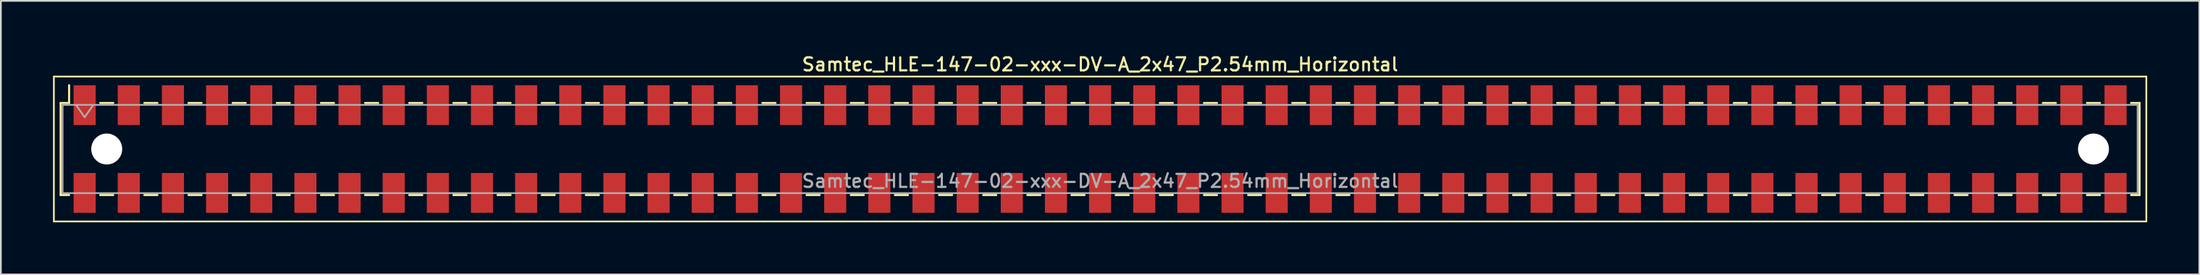
<source format=kicad_pcb>
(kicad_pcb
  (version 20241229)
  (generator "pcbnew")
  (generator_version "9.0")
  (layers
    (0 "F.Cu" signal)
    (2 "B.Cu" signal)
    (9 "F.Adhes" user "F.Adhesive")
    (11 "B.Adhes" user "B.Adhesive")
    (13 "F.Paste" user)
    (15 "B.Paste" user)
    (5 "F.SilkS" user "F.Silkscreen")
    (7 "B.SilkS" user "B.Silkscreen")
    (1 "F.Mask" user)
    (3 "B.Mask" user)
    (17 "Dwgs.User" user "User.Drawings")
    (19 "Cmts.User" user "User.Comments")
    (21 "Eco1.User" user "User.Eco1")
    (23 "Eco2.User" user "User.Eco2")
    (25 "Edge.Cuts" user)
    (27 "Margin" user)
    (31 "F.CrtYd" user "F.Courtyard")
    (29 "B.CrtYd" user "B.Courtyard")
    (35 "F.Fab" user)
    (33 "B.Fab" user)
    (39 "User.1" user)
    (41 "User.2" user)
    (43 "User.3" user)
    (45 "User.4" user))
  (footprint "Samtec_HLE-147-02-xxx-DV-A_2x47_P2.54mm_Horizontal"
    (layer "F.Cu")
    (at 60.24 5.528)
    (property "Reference" "Samtec_HLE-147-02-xxx-DV-A_2x47_P2.54mm_Horizontal" (at 0 -4.87 0) (layer "F.SilkS") (effects (font (size 0.75 0.75) (thickness 0.125))))
    (attr smd)
    (fp_line (start -60.19 -4.17) (end 60.19 -4.17) (stroke (width 0.1) (type solid)) (layer "F.SilkS"))
    (fp_line (start -60.19 4.17) (end -60.19 -4.17) (stroke (width 0.1) (type solid)) (layer "F.SilkS"))
    (fp_line (start -59.8 -2.65) (end -59.8 2.65) (stroke (width 0.12) (type solid)) (layer "F.SilkS"))
    (fp_line (start -59.8 2.65) (end -59.315 2.65) (stroke (width 0.12) (type solid)) (layer "F.SilkS"))
    (fp_line (start -59.315 -3.67) (end -59.315 -2.65) (stroke (width 0.12) (type solid)) (layer "F.SilkS"))
    (fp_line (start -59.315 -2.65) (end -59.8 -2.65) (stroke (width 0.12) (type solid)) (layer "F.SilkS"))
    (fp_line (start -57.525 -2.65) (end -56.775 -2.65) (stroke (width 0.12) (type solid)) (layer "F.SilkS"))
    (fp_line (start -57.525 2.65) (end -56.775 2.65) (stroke (width 0.12) (type solid)) (layer "F.SilkS"))
    (fp_line (start -54.985 -2.65) (end -54.235 -2.65) (stroke (width 0.12) (type solid)) (layer "F.SilkS"))
    (fp_line (start -54.985 2.65) (end -54.235 2.65) (stroke (width 0.12) (type solid)) (layer "F.SilkS"))
    (fp_line (start -52.445 -2.65) (end -51.695 -2.65) (stroke (width 0.12) (type solid)) (layer "F.SilkS"))
    (fp_line (start -52.445 2.65) (end -51.695 2.65) (stroke (width 0.12) (type solid)) (layer "F.SilkS"))
    (fp_line (start -49.905 -2.65) (end -49.155 -2.65) (stroke (width 0.12) (type solid)) (layer "F.SilkS"))
    (fp_line (start -49.905 2.65) (end -49.155 2.65) (stroke (width 0.12) (type solid)) (layer "F.SilkS"))
    (fp_line (start -47.365 -2.65) (end -46.615 -2.65) (stroke (width 0.12) (type solid)) (layer "F.SilkS"))
    (fp_line (start -47.365 2.65) (end -46.615 2.65) (stroke (width 0.12) (type solid)) (layer "F.SilkS"))
    (fp_line (start -44.825 -2.65) (end -44.075 -2.65) (stroke (width 0.12) (type solid)) (layer "F.SilkS"))
    (fp_line (start -44.825 2.65) (end -44.075 2.65) (stroke (width 0.12) (type solid)) (layer "F.SilkS"))
    (fp_line (start -42.285 -2.65) (end -41.535 -2.65) (stroke (width 0.12) (type solid)) (layer "F.SilkS"))
    (fp_line (start -42.285 2.65) (end -41.535 2.65) (stroke (width 0.12) (type solid)) (layer "F.SilkS"))
    (fp_line (start -39.745 -2.65) (end -38.995 -2.65) (stroke (width 0.12) (type solid)) (layer "F.SilkS"))
    (fp_line (start -39.745 2.65) (end -38.995 2.65) (stroke (width 0.12) (type solid)) (layer "F.SilkS"))
    (fp_line (start -37.205 -2.65) (end -36.455 -2.65) (stroke (width 0.12) (type solid)) (layer "F.SilkS"))
    (fp_line (start -37.205 2.65) (end -36.455 2.65) (stroke (width 0.12) (type solid)) (layer "F.SilkS"))
    (fp_line (start -34.665 -2.65) (end -33.915 -2.65) (stroke (width 0.12) (type solid)) (layer "F.SilkS"))
    (fp_line (start -34.665 2.65) (end -33.915 2.65) (stroke (width 0.12) (type solid)) (layer "F.SilkS"))
    (fp_line (start -32.125 -2.65) (end -31.375 -2.65) (stroke (width 0.12) (type solid)) (layer "F.SilkS"))
    (fp_line (start -32.125 2.65) (end -31.375 2.65) (stroke (width 0.12) (type solid)) (layer "F.SilkS"))
    (fp_line (start -29.585 -2.65) (end -28.835 -2.65) (stroke (width 0.12) (type solid)) (layer "F.SilkS"))
    (fp_line (start -29.585 2.65) (end -28.835 2.65) (stroke (width 0.12) (type solid)) (layer "F.SilkS"))
    (fp_line (start -27.045 -2.65) (end -26.295 -2.65) (stroke (width 0.12) (type solid)) (layer "F.SilkS"))
    (fp_line (start -27.045 2.65) (end -26.295 2.65) (stroke (width 0.12) (type solid)) (layer "F.SilkS"))
    (fp_line (start -24.505 -2.65) (end -23.755 -2.65) (stroke (width 0.12) (type solid)) (layer "F.SilkS"))
    (fp_line (start -24.505 2.65) (end -23.755 2.65) (stroke (width 0.12) (type solid)) (layer "F.SilkS"))
    (fp_line (start -21.965 -2.65) (end -21.215 -2.65) (stroke (width 0.12) (type solid)) (layer "F.SilkS"))
    (fp_line (start -21.965 2.65) (end -21.215 2.65) (stroke (width 0.12) (type solid)) (layer "F.SilkS"))
    (fp_line (start -19.425 -2.65) (end -18.675 -2.65) (stroke (width 0.12) (type solid)) (layer "F.SilkS"))
    (fp_line (start -19.425 2.65) (end -18.675 2.65) (stroke (width 0.12) (type solid)) (layer "F.SilkS"))
    (fp_line (start -16.885 -2.65) (end -16.135 -2.65) (stroke (width 0.12) (type solid)) (layer "F.SilkS"))
    (fp_line (start -16.885 2.65) (end -16.135 2.65) (stroke (width 0.12) (type solid)) (layer "F.SilkS"))
    (fp_line (start -14.345 -2.65) (end -13.595 -2.65) (stroke (width 0.12) (type solid)) (layer "F.SilkS"))
    (fp_line (start -14.345 2.65) (end -13.595 2.65) (stroke (width 0.12) (type solid)) (layer "F.SilkS"))
    (fp_line (start -11.805 -2.65) (end -11.055 -2.65) (stroke (width 0.12) (type solid)) (layer "F.SilkS"))
    (fp_line (start -11.805 2.65) (end -11.055 2.65) (stroke (width 0.12) (type solid)) (layer "F.SilkS"))
    (fp_line (start -9.265 -2.65) (end -8.515 -2.65) (stroke (width 0.12) (type solid)) (layer "F.SilkS"))
    (fp_line (start -9.265 2.65) (end -8.515 2.65) (stroke (width 0.12) (type solid)) (layer "F.SilkS"))
    (fp_line (start -6.725 -2.65) (end -5.975 -2.65) (stroke (width 0.12) (type solid)) (layer "F.SilkS"))
    (fp_line (start -6.725 2.65) (end -5.975 2.65) (stroke (width 0.12) (type solid)) (layer "F.SilkS"))
    (fp_line (start -4.185 -2.65) (end -3.435 -2.65) (stroke (width 0.12) (type solid)) (layer "F.SilkS"))
    (fp_line (start -4.185 2.65) (end -3.435 2.65) (stroke (width 0.12) (type solid)) (layer "F.SilkS"))
    (fp_line (start -1.645 -2.65) (end -0.895 -2.65) (stroke (width 0.12) (type solid)) (layer "F.SilkS"))
    (fp_line (start -1.645 2.65) (end -0.895 2.65) (stroke (width 0.12) (type solid)) (layer "F.SilkS"))
    (fp_line (start 0.895 -2.65) (end 1.645 -2.65) (stroke (width 0.12) (type solid)) (layer "F.SilkS"))
    (fp_line (start 0.895 2.65) (end 1.645 2.65) (stroke (width 0.12) (type solid)) (layer "F.SilkS"))
    (fp_line (start 3.435 -2.65) (end 4.185 -2.65) (stroke (width 0.12) (type solid)) (layer "F.SilkS"))
    (fp_line (start 3.435 2.65) (end 4.185 2.65) (stroke (width 0.12) (type solid)) (layer "F.SilkS"))
    (fp_line (start 5.975 -2.65) (end 6.725 -2.65) (stroke (width 0.12) (type solid)) (layer "F.SilkS"))
    (fp_line (start 5.975 2.65) (end 6.725 2.65) (stroke (width 0.12) (type solid)) (layer "F.SilkS"))
    (fp_line (start 8.515 -2.65) (end 9.265 -2.65) (stroke (width 0.12) (type solid)) (layer "F.SilkS"))
    (fp_line (start 8.515 2.65) (end 9.265 2.65) (stroke (width 0.12) (type solid)) (layer "F.SilkS"))
    (fp_line (start 11.055 -2.65) (end 11.805 -2.65) (stroke (width 0.12) (type solid)) (layer "F.SilkS"))
    (fp_line (start 11.055 2.65) (end 11.805 2.65) (stroke (width 0.12) (type solid)) (layer "F.SilkS"))
    (fp_line (start 13.595 -2.65) (end 14.345 -2.65) (stroke (width 0.12) (type solid)) (layer "F.SilkS"))
    (fp_line (start 13.595 2.65) (end 14.345 2.65) (stroke (width 0.12) (type solid)) (layer "F.SilkS"))
    (fp_line (start 16.135 -2.65) (end 16.885 -2.65) (stroke (width 0.12) (type solid)) (layer "F.SilkS"))
    (fp_line (start 16.135 2.65) (end 16.885 2.65) (stroke (width 0.12) (type solid)) (layer "F.SilkS"))
    (fp_line (start 18.675 -2.65) (end 19.425 -2.65) (stroke (width 0.12) (type solid)) (layer "F.SilkS"))
    (fp_line (start 18.675 2.65) (end 19.425 2.65) (stroke (width 0.12) (type solid)) (layer "F.SilkS"))
    (fp_line (start 21.215 -2.65) (end 21.965 -2.65) (stroke (width 0.12) (type solid)) (layer "F.SilkS"))
    (fp_line (start 21.215 2.65) (end 21.965 2.65) (stroke (width 0.12) (type solid)) (layer "F.SilkS"))
    (fp_line (start 23.755 -2.65) (end 24.505 -2.65) (stroke (width 0.12) (type solid)) (layer "F.SilkS"))
    (fp_line (start 23.755 2.65) (end 24.505 2.65) (stroke (width 0.12) (type solid)) (layer "F.SilkS"))
    (fp_line (start 26.295 -2.65) (end 27.045 -2.65) (stroke (width 0.12) (type solid)) (layer "F.SilkS"))
    (fp_line (start 26.295 2.65) (end 27.045 2.65) (stroke (width 0.12) (type solid)) (layer "F.SilkS"))
    (fp_line (start 28.835 -2.65) (end 29.585 -2.65) (stroke (width 0.12) (type solid)) (layer "F.SilkS"))
    (fp_line (start 28.835 2.65) (end 29.585 2.65) (stroke (width 0.12) (type solid)) (layer "F.SilkS"))
    (fp_line (start 31.375 -2.65) (end 32.125 -2.65) (stroke (width 0.12) (type solid)) (layer "F.SilkS"))
    (fp_line (start 31.375 2.65) (end 32.125 2.65) (stroke (width 0.12) (type solid)) (layer "F.SilkS"))
    (fp_line (start 33.915 -2.65) (end 34.665 -2.65) (stroke (width 0.12) (type solid)) (layer "F.SilkS"))
    (fp_line (start 33.915 2.65) (end 34.665 2.65) (stroke (width 0.12) (type solid)) (layer "F.SilkS"))
    (fp_line (start 36.455 -2.65) (end 37.205 -2.65) (stroke (width 0.12) (type solid)) (layer "F.SilkS"))
    (fp_line (start 36.455 2.65) (end 37.205 2.65) (stroke (width 0.12) (type solid)) (layer "F.SilkS"))
    (fp_line (start 38.995 -2.65) (end 39.745 -2.65) (stroke (width 0.12) (type solid)) (layer "F.SilkS"))
    (fp_line (start 38.995 2.65) (end 39.745 2.65) (stroke (width 0.12) (type solid)) (layer "F.SilkS"))
    (fp_line (start 41.535 -2.65) (end 42.285 -2.65) (stroke (width 0.12) (type solid)) (layer "F.SilkS"))
    (fp_line (start 41.535 2.65) (end 42.285 2.65) (stroke (width 0.12) (type solid)) (layer "F.SilkS"))
    (fp_line (start 44.075 -2.65) (end 44.825 -2.65) (stroke (width 0.12) (type solid)) (layer "F.SilkS"))
    (fp_line (start 44.075 2.65) (end 44.825 2.65) (stroke (width 0.12) (type solid)) (layer "F.SilkS"))
    (fp_line (start 46.615 -2.65) (end 47.365 -2.65) (stroke (width 0.12) (type solid)) (layer "F.SilkS"))
    (fp_line (start 46.615 2.65) (end 47.365 2.65) (stroke (width 0.12) (type solid)) (layer "F.SilkS"))
    (fp_line (start 49.155 -2.65) (end 49.905 -2.65) (stroke (width 0.12) (type solid)) (layer "F.SilkS"))
    (fp_line (start 49.155 2.65) (end 49.905 2.65) (stroke (width 0.12) (type solid)) (layer "F.SilkS"))
    (fp_line (start 51.695 -2.65) (end 52.445 -2.65) (stroke (width 0.12) (type solid)) (layer "F.SilkS"))
    (fp_line (start 51.695 2.65) (end 52.445 2.65) (stroke (width 0.12) (type solid)) (layer "F.SilkS"))
    (fp_line (start 54.235 -2.65) (end 54.985 -2.65) (stroke (width 0.12) (type solid)) (layer "F.SilkS"))
    (fp_line (start 54.235 2.65) (end 54.985 2.65) (stroke (width 0.12) (type solid)) (layer "F.SilkS"))
    (fp_line (start 56.775 -2.65) (end 57.525 -2.65) (stroke (width 0.12) (type solid)) (layer "F.SilkS"))
    (fp_line (start 56.775 2.65) (end 57.525 2.65) (stroke (width 0.12) (type solid)) (layer "F.SilkS"))
    (fp_line (start 59.315 -2.65) (end 59.8 -2.65) (stroke (width 0.12) (type solid)) (layer "F.SilkS"))
    (fp_line (start 59.8 -2.65) (end 59.8 2.65) (stroke (width 0.12) (type solid)) (layer "F.SilkS"))
    (fp_line (start 59.8 2.65) (end 59.315 2.65) (stroke (width 0.12) (type solid)) (layer "F.SilkS"))
    (fp_line (start 60.19 -4.17) (end 60.19 4.17) (stroke (width 0.1) (type solid)) (layer "F.SilkS"))
    (fp_line (start 60.19 4.17) (end -60.19 4.17) (stroke (width 0.1) (type solid)) (layer "F.SilkS"))
    (fp_line (start -59.69 -2.54) (end 59.69 -2.54) (stroke (width 0.1) (type solid)) (layer "F.Fab"))
    (fp_line (start -59.69 2.54) (end -59.69 -2.54) (stroke (width 0.1) (type solid)) (layer "F.Fab"))
    (fp_line (start -58.92 -2.54) (end -58.42 -1.833) (stroke (width 0.1) (type solid)) (layer "F.Fab"))
    (fp_line (start -58.42 -1.833) (end -57.92 -2.54) (stroke (width 0.1) (type solid)) (layer "F.Fab"))
    (fp_line (start 59.69 -2.54) (end 59.69 2.54) (stroke (width 0.1) (type solid)) (layer "F.Fab"))
    (fp_line (start 59.69 2.54) (end -59.69 2.54) (stroke (width 0.1) (type solid)) (layer "F.Fab"))
    (fp_text user "${REFERENCE}" (at 0 1.84 0) (layer "F.Fab") (effects (font (size 0.75 0.75) (thickness 0.125))))
    (pad "" np_thru_hole circle (at -57.15 0) (size 1.78 1.78) (drill 1.78) (layers "*.Cu" "*.Mask"))
    (pad "" np_thru_hole circle (at 57.15 0) (size 1.78 1.78) (drill 1.78) (layers "*.Cu" "*.Mask"))
    (pad "1" smd rect (at -58.42 -2.525) (size 1.27 2.29) (layers "F.Cu" "F.Mask" "F.Paste"))
    (pad "2" smd rect (at -58.42 2.525) (size 1.27 2.29) (layers "F.Cu" "F.Mask" "F.Paste"))
    (pad "3" smd rect (at -55.88 -2.525) (size 1.27 2.29) (layers "F.Cu" "F.Mask" "F.Paste"))
    (pad "4" smd rect (at -55.88 2.525) (size 1.27 2.29) (layers "F.Cu" "F.Mask" "F.Paste"))
    (pad "5" smd rect (at -53.34 -2.525) (size 1.27 2.29) (layers "F.Cu" "F.Mask" "F.Paste"))
    (pad "6" smd rect (at -53.34 2.525) (size 1.27 2.29) (layers "F.Cu" "F.Mask" "F.Paste"))
    (pad "7" smd rect (at -50.8 -2.525) (size 1.27 2.29) (layers "F.Cu" "F.Mask" "F.Paste"))
    (pad "8" smd rect (at -50.8 2.525) (size 1.27 2.29) (layers "F.Cu" "F.Mask" "F.Paste"))
    (pad "9" smd rect (at -48.26 -2.525) (size 1.27 2.29) (layers "F.Cu" "F.Mask" "F.Paste"))
    (pad "10" smd rect (at -48.26 2.525) (size 1.27 2.29) (layers "F.Cu" "F.Mask" "F.Paste"))
    (pad "11" smd rect (at -45.72 -2.525) (size 1.27 2.29) (layers "F.Cu" "F.Mask" "F.Paste"))
    (pad "12" smd rect (at -45.72 2.525) (size 1.27 2.29) (layers "F.Cu" "F.Mask" "F.Paste"))
    (pad "13" smd rect (at -43.18 -2.525) (size 1.27 2.29) (layers "F.Cu" "F.Mask" "F.Paste"))
    (pad "14" smd rect (at -43.18 2.525) (size 1.27 2.29) (layers "F.Cu" "F.Mask" "F.Paste"))
    (pad "15" smd rect (at -40.64 -2.525) (size 1.27 2.29) (layers "F.Cu" "F.Mask" "F.Paste"))
    (pad "16" smd rect (at -40.64 2.525) (size 1.27 2.29) (layers "F.Cu" "F.Mask" "F.Paste"))
    (pad "17" smd rect (at -38.1 -2.525) (size 1.27 2.29) (layers "F.Cu" "F.Mask" "F.Paste"))
    (pad "18" smd rect (at -38.1 2.525) (size 1.27 2.29) (layers "F.Cu" "F.Mask" "F.Paste"))
    (pad "19" smd rect (at -35.56 -2.525) (size 1.27 2.29) (layers "F.Cu" "F.Mask" "F.Paste"))
    (pad "20" smd rect (at -35.56 2.525) (size 1.27 2.29) (layers "F.Cu" "F.Mask" "F.Paste"))
    (pad "21" smd rect (at -33.02 -2.525) (size 1.27 2.29) (layers "F.Cu" "F.Mask" "F.Paste"))
    (pad "22" smd rect (at -33.02 2.525) (size 1.27 2.29) (layers "F.Cu" "F.Mask" "F.Paste"))
    (pad "23" smd rect (at -30.48 -2.525) (size 1.27 2.29) (layers "F.Cu" "F.Mask" "F.Paste"))
    (pad "24" smd rect (at -30.48 2.525) (size 1.27 2.29) (layers "F.Cu" "F.Mask" "F.Paste"))
    (pad "25" smd rect (at -27.94 -2.525) (size 1.27 2.29) (layers "F.Cu" "F.Mask" "F.Paste"))
    (pad "26" smd rect (at -27.94 2.525) (size 1.27 2.29) (layers "F.Cu" "F.Mask" "F.Paste"))
    (pad "27" smd rect (at -25.4 -2.525) (size 1.27 2.29) (layers "F.Cu" "F.Mask" "F.Paste"))
    (pad "28" smd rect (at -25.4 2.525) (size 1.27 2.29) (layers "F.Cu" "F.Mask" "F.Paste"))
    (pad "29" smd rect (at -22.86 -2.525) (size 1.27 2.29) (layers "F.Cu" "F.Mask" "F.Paste"))
    (pad "30" smd rect (at -22.86 2.525) (size 1.27 2.29) (layers "F.Cu" "F.Mask" "F.Paste"))
    (pad "31" smd rect (at -20.32 -2.525) (size 1.27 2.29) (layers "F.Cu" "F.Mask" "F.Paste"))
    (pad "32" smd rect (at -20.32 2.525) (size 1.27 2.29) (layers "F.Cu" "F.Mask" "F.Paste"))
    (pad "33" smd rect (at -17.78 -2.525) (size 1.27 2.29) (layers "F.Cu" "F.Mask" "F.Paste"))
    (pad "34" smd rect (at -17.78 2.525) (size 1.27 2.29) (layers "F.Cu" "F.Mask" "F.Paste"))
    (pad "35" smd rect (at -15.24 -2.525) (size 1.27 2.29) (layers "F.Cu" "F.Mask" "F.Paste"))
    (pad "36" smd rect (at -15.24 2.525) (size 1.27 2.29) (layers "F.Cu" "F.Mask" "F.Paste"))
    (pad "37" smd rect (at -12.7 -2.525) (size 1.27 2.29) (layers "F.Cu" "F.Mask" "F.Paste"))
    (pad "38" smd rect (at -12.7 2.525) (size 1.27 2.29) (layers "F.Cu" "F.Mask" "F.Paste"))
    (pad "39" smd rect (at -10.16 -2.525) (size 1.27 2.29) (layers "F.Cu" "F.Mask" "F.Paste"))
    (pad "40" smd rect (at -10.16 2.525) (size 1.27 2.29) (layers "F.Cu" "F.Mask" "F.Paste"))
    (pad "41" smd rect (at -7.62 -2.525) (size 1.27 2.29) (layers "F.Cu" "F.Mask" "F.Paste"))
    (pad "42" smd rect (at -7.62 2.525) (size 1.27 2.29) (layers "F.Cu" "F.Mask" "F.Paste"))
    (pad "43" smd rect (at -5.08 -2.525) (size 1.27 2.29) (layers "F.Cu" "F.Mask" "F.Paste"))
    (pad "44" smd rect (at -5.08 2.525) (size 1.27 2.29) (layers "F.Cu" "F.Mask" "F.Paste"))
    (pad "45" smd rect (at -2.54 -2.525) (size 1.27 2.29) (layers "F.Cu" "F.Mask" "F.Paste"))
    (pad "46" smd rect (at -2.54 2.525) (size 1.27 2.29) (layers "F.Cu" "F.Mask" "F.Paste"))
    (pad "47" smd rect (at 0 -2.525) (size 1.27 2.29) (layers "F.Cu" "F.Mask" "F.Paste"))
    (pad "48" smd rect (at 0 2.525) (size 1.27 2.29) (layers "F.Cu" "F.Mask" "F.Paste"))
    (pad "49" smd rect (at 2.54 -2.525) (size 1.27 2.29) (layers "F.Cu" "F.Mask" "F.Paste"))
    (pad "50" smd rect (at 2.54 2.525) (size 1.27 2.29) (layers "F.Cu" "F.Mask" "F.Paste"))
    (pad "51" smd rect (at 5.08 -2.525) (size 1.27 2.29) (layers "F.Cu" "F.Mask" "F.Paste"))
    (pad "52" smd rect (at 5.08 2.525) (size 1.27 2.29) (layers "F.Cu" "F.Mask" "F.Paste"))
    (pad "53" smd rect (at 7.62 -2.525) (size 1.27 2.29) (layers "F.Cu" "F.Mask" "F.Paste"))
    (pad "54" smd rect (at 7.62 2.525) (size 1.27 2.29) (layers "F.Cu" "F.Mask" "F.Paste"))
    (pad "55" smd rect (at 10.16 -2.525) (size 1.27 2.29) (layers "F.Cu" "F.Mask" "F.Paste"))
    (pad "56" smd rect (at 10.16 2.525) (size 1.27 2.29) (layers "F.Cu" "F.Mask" "F.Paste"))
    (pad "57" smd rect (at 12.7 -2.525) (size 1.27 2.29) (layers "F.Cu" "F.Mask" "F.Paste"))
    (pad "58" smd rect (at 12.7 2.525) (size 1.27 2.29) (layers "F.Cu" "F.Mask" "F.Paste"))
    (pad "59" smd rect (at 15.24 -2.525) (size 1.27 2.29) (layers "F.Cu" "F.Mask" "F.Paste"))
    (pad "60" smd rect (at 15.24 2.525) (size 1.27 2.29) (layers "F.Cu" "F.Mask" "F.Paste"))
    (pad "61" smd rect (at 17.78 -2.525) (size 1.27 2.29) (layers "F.Cu" "F.Mask" "F.Paste"))
    (pad "62" smd rect (at 17.78 2.525) (size 1.27 2.29) (layers "F.Cu" "F.Mask" "F.Paste"))
    (pad "63" smd rect (at 20.32 -2.525) (size 1.27 2.29) (layers "F.Cu" "F.Mask" "F.Paste"))
    (pad "64" smd rect (at 20.32 2.525) (size 1.27 2.29) (layers "F.Cu" "F.Mask" "F.Paste"))
    (pad "65" smd rect (at 22.86 -2.525) (size 1.27 2.29) (layers "F.Cu" "F.Mask" "F.Paste"))
    (pad "66" smd rect (at 22.86 2.525) (size 1.27 2.29) (layers "F.Cu" "F.Mask" "F.Paste"))
    (pad "67" smd rect (at 25.4 -2.525) (size 1.27 2.29) (layers "F.Cu" "F.Mask" "F.Paste"))
    (pad "68" smd rect (at 25.4 2.525) (size 1.27 2.29) (layers "F.Cu" "F.Mask" "F.Paste"))
    (pad "69" smd rect (at 27.94 -2.525) (size 1.27 2.29) (layers "F.Cu" "F.Mask" "F.Paste"))
    (pad "70" smd rect (at 27.94 2.525) (size 1.27 2.29) (layers "F.Cu" "F.Mask" "F.Paste"))
    (pad "71" smd rect (at 30.48 -2.525) (size 1.27 2.29) (layers "F.Cu" "F.Mask" "F.Paste"))
    (pad "72" smd rect (at 30.48 2.525) (size 1.27 2.29) (layers "F.Cu" "F.Mask" "F.Paste"))
    (pad "73" smd rect (at 33.02 -2.525) (size 1.27 2.29) (layers "F.Cu" "F.Mask" "F.Paste"))
    (pad "74" smd rect (at 33.02 2.525) (size 1.27 2.29) (layers "F.Cu" "F.Mask" "F.Paste"))
    (pad "75" smd rect (at 35.56 -2.525) (size 1.27 2.29) (layers "F.Cu" "F.Mask" "F.Paste"))
    (pad "76" smd rect (at 35.56 2.525) (size 1.27 2.29) (layers "F.Cu" "F.Mask" "F.Paste"))
    (pad "77" smd rect (at 38.1 -2.525) (size 1.27 2.29) (layers "F.Cu" "F.Mask" "F.Paste"))
    (pad "78" smd rect (at 38.1 2.525) (size 1.27 2.29) (layers "F.Cu" "F.Mask" "F.Paste"))
    (pad "79" smd rect (at 40.64 -2.525) (size 1.27 2.29) (layers "F.Cu" "F.Mask" "F.Paste"))
    (pad "80" smd rect (at 40.64 2.525) (size 1.27 2.29) (layers "F.Cu" "F.Mask" "F.Paste"))
    (pad "81" smd rect (at 43.18 -2.525) (size 1.27 2.29) (layers "F.Cu" "F.Mask" "F.Paste"))
    (pad "82" smd rect (at 43.18 2.525) (size 1.27 2.29) (layers "F.Cu" "F.Mask" "F.Paste"))
    (pad "83" smd rect (at 45.72 -2.525) (size 1.27 2.29) (layers "F.Cu" "F.Mask" "F.Paste"))
    (pad "84" smd rect (at 45.72 2.525) (size 1.27 2.29) (layers "F.Cu" "F.Mask" "F.Paste"))
    (pad "85" smd rect (at 48.26 -2.525) (size 1.27 2.29) (layers "F.Cu" "F.Mask" "F.Paste"))
    (pad "86" smd rect (at 48.26 2.525) (size 1.27 2.29) (layers "F.Cu" "F.Mask" "F.Paste"))
    (pad "87" smd rect (at 50.8 -2.525) (size 1.27 2.29) (layers "F.Cu" "F.Mask" "F.Paste"))
    (pad "88" smd rect (at 50.8 2.525) (size 1.27 2.29) (layers "F.Cu" "F.Mask" "F.Paste"))
    (pad "89" smd rect (at 53.34 -2.525) (size 1.27 2.29) (layers "F.Cu" "F.Mask" "F.Paste"))
    (pad "90" smd rect (at 53.34 2.525) (size 1.27 2.29) (layers "F.Cu" "F.Mask" "F.Paste"))
    (pad "91" smd rect (at 55.88 -2.525) (size 1.27 2.29) (layers "F.Cu" "F.Mask" "F.Paste"))
    (pad "92" smd rect (at 55.88 2.525) (size 1.27 2.29) (layers "F.Cu" "F.Mask" "F.Paste"))
    (pad "93" smd rect (at 58.42 -2.525) (size 1.27 2.29) (layers "F.Cu" "F.Mask" "F.Paste"))
    (pad "94" smd rect (at 58.42 2.525) (size 1.27 2.29) (layers "F.Cu" "F.Mask" "F.Paste")))
  (gr_rect
    (start -3 -3)
    (end 123.48 12.748)
    (stroke (width 0.1) (type default))
    (fill no)
    (layer "Edge.Cuts")))
</source>
